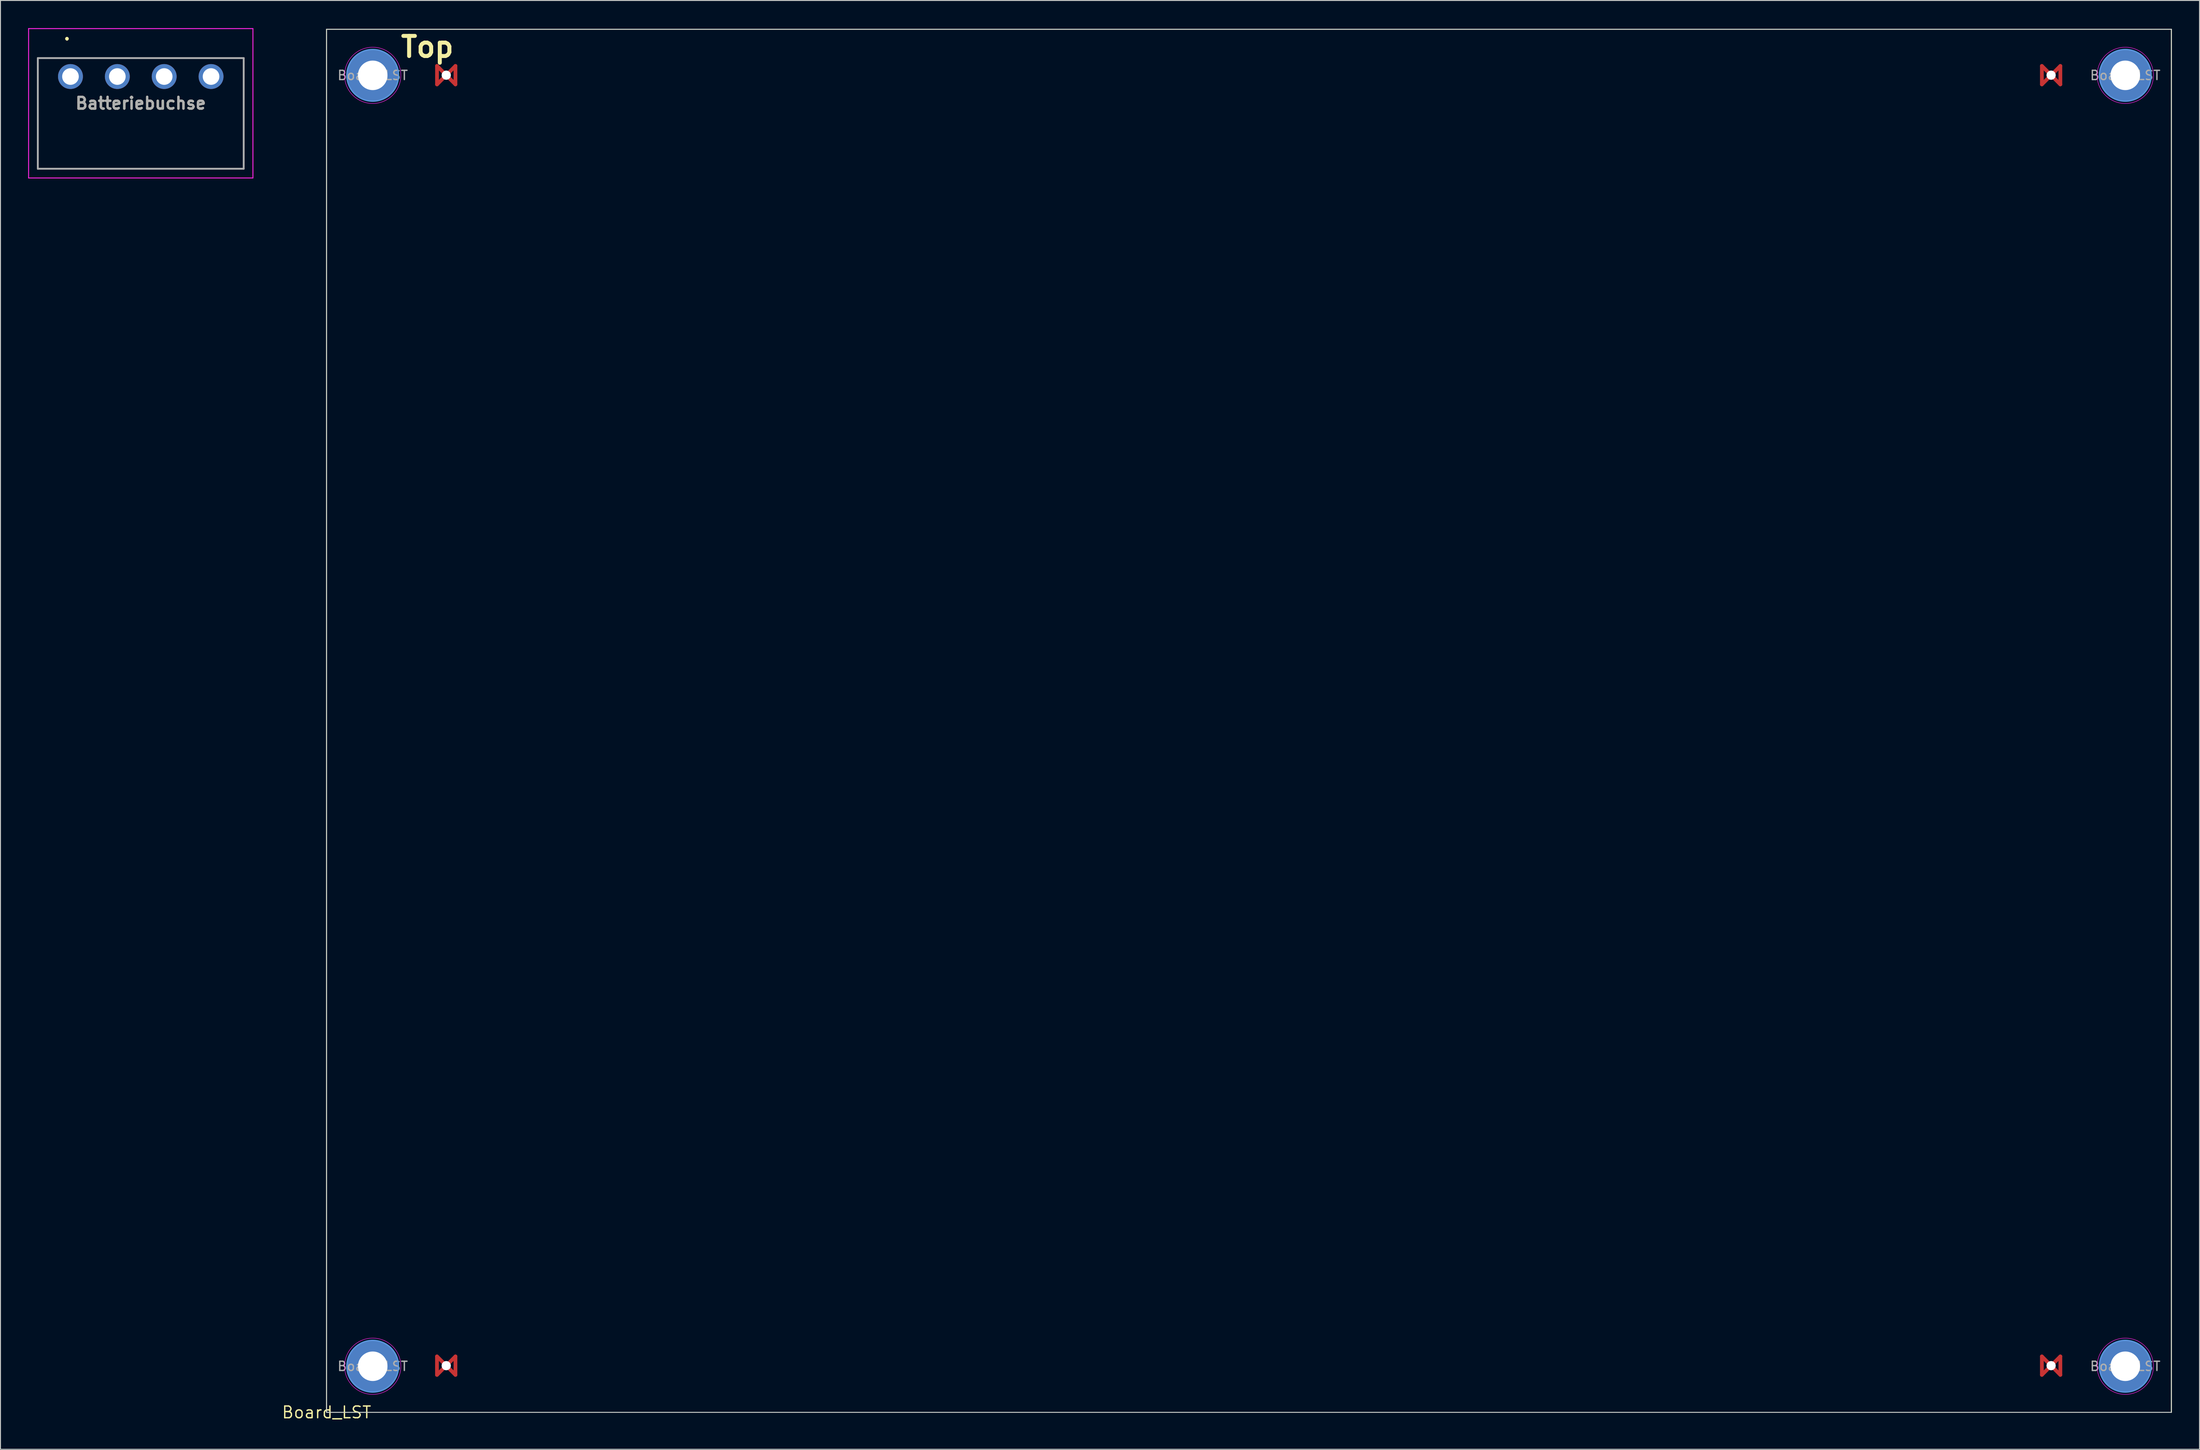
<source format=kicad_pcb>
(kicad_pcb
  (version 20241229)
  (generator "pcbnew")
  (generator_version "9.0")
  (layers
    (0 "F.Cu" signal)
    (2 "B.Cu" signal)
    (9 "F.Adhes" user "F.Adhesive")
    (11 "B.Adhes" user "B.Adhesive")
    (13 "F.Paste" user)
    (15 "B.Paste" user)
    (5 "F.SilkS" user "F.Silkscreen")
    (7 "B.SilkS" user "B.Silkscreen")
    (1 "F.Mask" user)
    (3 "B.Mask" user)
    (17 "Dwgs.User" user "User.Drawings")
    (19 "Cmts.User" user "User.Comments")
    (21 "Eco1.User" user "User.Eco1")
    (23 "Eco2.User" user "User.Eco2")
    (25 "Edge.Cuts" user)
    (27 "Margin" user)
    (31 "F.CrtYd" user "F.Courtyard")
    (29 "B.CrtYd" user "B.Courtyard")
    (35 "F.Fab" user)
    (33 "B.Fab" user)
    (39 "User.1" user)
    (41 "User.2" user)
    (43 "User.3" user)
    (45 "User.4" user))
  (footprint "Board_LST"
    (layer "F.Cu")
    (at 32.356 150.121)
    (property "Reference" "Board_LST" (at 0 0 0) (layer "F.SilkS") (effects (font (size 1.27 1.27) (thickness 0.15))))
    (attr exclude_from_pos_files exclude_from_bom)
    (fp_line (start 11.968 -6.066) (end 11.968 -4.064) (stroke (width 0.406) (type solid)) (layer "F.Cu"))
    (fp_line (start 11.968 -4.064) (end 13.97 -6.066) (stroke (width 0.406) (type solid)) (layer "F.Cu"))
    (fp_line (start 11.971 -146.02) (end 13.97 -144.018) (stroke (width 0.406) (type solid)) (layer "F.Cu"))
    (fp_line (start 11.971 -144.018) (end 11.971 -146.02) (stroke (width 0.406) (type solid)) (layer "F.Cu"))
    (fp_line (start 13.97 -146.02) (end 11.971 -144.018) (stroke (width 0.406) (type solid)) (layer "F.Cu"))
    (fp_line (start 13.97 -144.018) (end 13.97 -146.02) (stroke (width 0.406) (type solid)) (layer "F.Cu"))
    (fp_line (start 13.97 -6.066) (end 13.97 -4.064) (stroke (width 0.406) (type solid)) (layer "F.Cu"))
    (fp_line (start 13.97 -4.064) (end 11.968 -6.066) (stroke (width 0.406) (type solid)) (layer "F.Cu"))
    (fp_line (start 185.958 -146.02) (end 187.96 -144.018) (stroke (width 0.406) (type solid)) (layer "F.Cu"))
    (fp_line (start 185.958 -144.018) (end 185.958 -146.02) (stroke (width 0.406) (type solid)) (layer "F.Cu"))
    (fp_line (start 185.958 -6.066) (end 185.958 -4.064) (stroke (width 0.406) (type solid)) (layer "F.Cu"))
    (fp_line (start 185.958 -4.064) (end 187.96 -6.066) (stroke (width 0.406) (type solid)) (layer "F.Cu"))
    (fp_line (start 187.96 -146.02) (end 185.958 -144.018) (stroke (width 0.406) (type solid)) (layer "F.Cu"))
    (fp_line (start 187.96 -144.018) (end 187.96 -146.02) (stroke (width 0.406) (type solid)) (layer "F.Cu"))
    (fp_line (start 187.96 -6.066) (end 187.96 -4.064) (stroke (width 0.406) (type solid)) (layer "F.Cu"))
    (fp_line (start 187.96 -4.064) (end 185.958 -6.066) (stroke (width 0.406) (type solid)) (layer "F.Cu"))
    (fp_line (start 11.968 -6.066) (end 13.97 -4.064) (stroke (width 0.406) (type solid)) (layer "F.Mask"))
    (fp_line (start 11.968 -4.064) (end 11.968 -6.066) (stroke (width 0.406) (type solid)) (layer "F.Mask"))
    (fp_line (start 11.971 -146.02) (end 13.97 -144.018) (stroke (width 0.406) (type solid)) (layer "F.Mask"))
    (fp_line (start 11.971 -144.018) (end 11.971 -146.02) (stroke (width 0.406) (type solid)) (layer "F.Mask"))
    (fp_line (start 13.97 -146.02) (end 11.971 -144.018) (stroke (width 0.406) (type solid)) (layer "F.Mask"))
    (fp_line (start 13.97 -144.018) (end 13.97 -146.02) (stroke (width 0.406) (type solid)) (layer "F.Mask"))
    (fp_line (start 13.97 -6.066) (end 11.968 -4.064) (stroke (width 0.406) (type solid)) (layer "F.Mask"))
    (fp_line (start 13.97 -4.064) (end 13.97 -6.066) (stroke (width 0.406) (type solid)) (layer "F.Mask"))
    (fp_line (start 185.958 -146.02) (end 187.96 -144.018) (stroke (width 0.406) (type solid)) (layer "F.Mask"))
    (fp_line (start 185.958 -144.018) (end 185.958 -146.02) (stroke (width 0.406) (type solid)) (layer "F.Mask"))
    (fp_line (start 185.958 -6.066) (end 187.96 -4.064) (stroke (width 0.406) (type solid)) (layer "F.Mask"))
    (fp_line (start 185.958 -4.064) (end 185.958 -6.066) (stroke (width 0.406) (type solid)) (layer "F.Mask"))
    (fp_line (start 187.96 -146.02) (end 185.958 -144.018) (stroke (width 0.406) (type solid)) (layer "F.Mask"))
    (fp_line (start 187.96 -144.018) (end 187.96 -146.02) (stroke (width 0.406) (type solid)) (layer "F.Mask"))
    (fp_line (start 187.96 -6.066) (end 185.958 -4.064) (stroke (width 0.406) (type solid)) (layer "F.Mask"))
    (fp_line (start 187.96 -4.064) (end 187.96 -6.066) (stroke (width 0.406) (type solid)) (layer "F.Mask"))
    (fp_line (start 11.968 -6.066) (end 13.97 -4.064) (stroke (width 0.406) (type solid)) (layer "B.Mask"))
    (fp_line (start 11.968 -4.064) (end 11.968 -6.066) (stroke (width 0.406) (type solid)) (layer "B.Mask"))
    (fp_line (start 11.971 -146.02) (end 13.97 -144.018) (stroke (width 0.406) (type solid)) (layer "B.Mask"))
    (fp_line (start 11.971 -144.018) (end 11.971 -146.02) (stroke (width 0.406) (type solid)) (layer "B.Mask"))
    (fp_line (start 13.97 -146.02) (end 11.971 -144.018) (stroke (width 0.406) (type solid)) (layer "B.Mask"))
    (fp_line (start 13.97 -144.018) (end 13.97 -146.02) (stroke (width 0.406) (type solid)) (layer "B.Mask"))
    (fp_line (start 13.97 -6.066) (end 11.968 -4.064) (stroke (width 0.406) (type solid)) (layer "B.Mask"))
    (fp_line (start 13.97 -4.064) (end 13.97 -6.066) (stroke (width 0.406) (type solid)) (layer "B.Mask"))
    (fp_line (start 185.958 -146.02) (end 187.96 -144.018) (stroke (width 0.406) (type solid)) (layer "B.Mask"))
    (fp_line (start 185.958 -144.018) (end 185.958 -146.02) (stroke (width 0.406) (type solid)) (layer "B.Mask"))
    (fp_line (start 185.958 -6.066) (end 187.96 -4.064) (stroke (width 0.406) (type solid)) (layer "B.Mask"))
    (fp_line (start 185.958 -4.064) (end 185.958 -6.066) (stroke (width 0.406) (type solid)) (layer "B.Mask"))
    (fp_line (start 187.96 -146.02) (end 185.958 -144.018) (stroke (width 0.406) (type solid)) (layer "B.Mask"))
    (fp_line (start 187.96 -144.018) (end 187.96 -146.02) (stroke (width 0.406) (type solid)) (layer "B.Mask"))
    (fp_line (start 187.96 -6.066) (end 185.958 -4.064) (stroke (width 0.406) (type solid)) (layer "B.Mask"))
    (fp_line (start 187.96 -4.064) (end 187.96 -6.066) (stroke (width 0.406) (type solid)) (layer "B.Mask"))
    (fp_line (start 0 -150) (end 0 0) (stroke (width 0.1) (type solid)) (layer "F.SilkS"))
    (fp_line (start 200 -150) (end 0 -150) (stroke (width 0.1) (type solid)) (layer "F.SilkS"))
    (fp_line (start 200 0) (end 200 -150) (stroke (width 0.1) (type solid)) (layer "F.SilkS"))
    (fp_line (start 11.968 -6.066) (end 13.97 -4.064) (stroke (width 0.406) (type solid)) (layer "B.Adhes"))
    (fp_line (start 11.968 -4.064) (end 11.968 -6.066) (stroke (width 0.406) (type solid)) (layer "B.Adhes"))
    (fp_line (start 11.971 -146.02) (end 13.97 -144.018) (stroke (width 0.406) (type solid)) (layer "B.Adhes"))
    (fp_line (start 11.971 -144.018) (end 11.971 -146.02) (stroke (width 0.406) (type solid)) (layer "B.Adhes"))
    (fp_line (start 13.97 -146.02) (end 11.971 -144.018) (stroke (width 0.406) (type solid)) (layer "B.Adhes"))
    (fp_line (start 13.97 -144.018) (end 13.97 -146.02) (stroke (width 0.406) (type solid)) (layer "B.Adhes"))
    (fp_line (start 13.97 -6.066) (end 11.968 -4.064) (stroke (width 0.406) (type solid)) (layer "B.Adhes"))
    (fp_line (start 13.97 -4.064) (end 13.97 -6.066) (stroke (width 0.406) (type solid)) (layer "B.Adhes"))
    (fp_line (start 185.958 -146.02) (end 187.96 -144.018) (stroke (width 0.406) (type solid)) (layer "B.Adhes"))
    (fp_line (start 185.958 -144.018) (end 185.958 -146.02) (stroke (width 0.406) (type solid)) (layer "B.Adhes"))
    (fp_line (start 185.958 -6.066) (end 187.96 -4.064) (stroke (width 0.406) (type solid)) (layer "B.Adhes"))
    (fp_line (start 185.958 -4.064) (end 185.958 -6.066) (stroke (width 0.406) (type solid)) (layer "B.Adhes"))
    (fp_line (start 187.96 -146.02) (end 185.958 -144.018) (stroke (width 0.406) (type solid)) (layer "B.Adhes"))
    (fp_line (start 187.96 -144.018) (end 187.96 -146.02) (stroke (width 0.406) (type solid)) (layer "B.Adhes"))
    (fp_line (start 187.96 -6.066) (end 185.958 -4.064) (stroke (width 0.406) (type solid)) (layer "B.Adhes"))
    (fp_line (start 187.96 -4.064) (end 187.96 -6.066) (stroke (width 0.406) (type solid)) (layer "B.Adhes"))
    (fp_circle (center 5 -145) (end 7.8 -145) (stroke (width 0.15) (type solid)) (fill no) (layer "Cmts.User"))
    (fp_circle (center 5 -5) (end 7.8 -5) (stroke (width 0.15) (type solid)) (fill no) (layer "Cmts.User"))
    (fp_circle (center 195 -145) (end 197.8 -145) (stroke (width 0.15) (type solid)) (fill no) (layer "Cmts.User"))
    (fp_circle (center 195 -5) (end 197.8 -5) (stroke (width 0.15) (type solid)) (fill no) (layer "Cmts.User"))
    (fp_line (start 0 -150) (end 0 0) (stroke (width 0.1) (type solid)) (layer "Edge.Cuts"))
    (fp_line (start 0 0) (end 200 0) (stroke (width 0.1) (type solid)) (layer "Edge.Cuts"))
    (fp_line (start 200 -150) (end 0 -150) (stroke (width 0.1) (type solid)) (layer "Edge.Cuts"))
    (fp_line (start 200 0) (end 200 -150) (stroke (width 0.1) (type solid)) (layer "Edge.Cuts"))
    (fp_circle (center 5 -145) (end 8.05 -145) (stroke (width 0.05) (type solid)) (fill no) (layer "F.CrtYd"))
    (fp_circle (center 5 -5) (end 8.05 -5) (stroke (width 0.05) (type solid)) (fill no) (layer "F.CrtYd"))
    (fp_circle (center 195 -145) (end 198.05 -145) (stroke (width 0.05) (type solid)) (fill no) (layer "F.CrtYd"))
    (fp_circle (center 195 -5) (end 198.05 -5) (stroke (width 0.05) (type solid)) (fill no) (layer "F.CrtYd"))
    (fp_text user "Top" (at 10.922 -148.082 0) (layer "F.Mask") (effects (font (size 2.182 2.182) (thickness 0.434))))
    (fp_text user "Bot" (at 15.921 -148.082 0) (layer "B.Mask") (effects (font (size 2.182 2.182) (thickness 0.434)) (justify mirror)))
    (fp_text user "Top" (at 10.922 -148.082 0) (layer "F.SilkS") (effects (font (size 2.182 2.182) (thickness 0.434))))
    (fp_text user "Bot" (at 15.921 -148.082 0) (layer "B.Adhes") (effects (font (size 2.182 2.182) (thickness 0.434)) (justify mirror)))
    (fp_text user "${REFERENCE}" (at 5 -5 0) (layer "F.Fab") (effects (font (size 1 1) (thickness 0.15))))
    (fp_text user "${REFERENCE}" (at 5 -145 0) (layer "F.Fab") (effects (font (size 1 1) (thickness 0.15))))
    (fp_text user "${REFERENCE}" (at 195 -145 0) (layer "F.Fab") (effects (font (size 1 1) (thickness 0.15))))
    (fp_text user "${REFERENCE}" (at 195 -5 0) (layer "F.Fab") (effects (font (size 1 1) (thickness 0.15))))
    (pad "" np_thru_hole circle (at 12.969 -5.065) (size 0.998 0.998) (drill 0.998) (layers "*.Cu" "*.Mask"))
    (pad "" np_thru_hole circle (at 12.971 -145.019) (size 0.998 0.998) (drill 0.998) (layers "*.Cu" "*.Mask"))
    (pad "" np_thru_hole circle (at 186.959 -145.019) (size 0.998 0.998) (drill 0.998) (layers "*.Cu" "*.Mask"))
    (pad "" np_thru_hole circle (at 186.959 -5.065) (size 0.998 0.998) (drill 0.998) (layers "*.Cu" "*.Mask"))
    (pad "1" thru_hole circle (at 5 -145) (size 5.6 5.6) (drill 3.2) (layers "*.Cu" "*.Mask"))
    (pad "1" thru_hole circle (at 5 -5) (size 5.6 5.6) (drill 3.2) (layers "*.Cu" "*.Mask"))
    (pad "1" thru_hole circle (at 195 -145) (size 5.6 5.6) (drill 3.2) (layers "*.Cu" "*.Mask"))
    (pad "1" thru_hole circle (at 195 -5) (size 5.6 5.6) (drill 3.2) (layers "*.Cu" "*.Mask")))
  (footprint "Batteriebuchse"
    (layer "F.Cu")
    (at 4.59 5.25)
    (property "Reference" "Batteriebuchse" (at 7.62 2.9 0) (layer "F.SilkS") (effects (font (size 1.27 1.27) (thickness 0.254))))
    (attr through_hole)
    (fp_line (start -3.54 -2) (end 18.78 -2) (stroke (width 0.1) (type solid)) (layer "F.SilkS"))
    (fp_line (start -3.54 10) (end -3.54 -2) (stroke (width 0.1) (type solid)) (layer "F.SilkS"))
    (fp_line (start -0.38 -4.2) (end -0.38 -4.2) (stroke (width 0.2) (type solid)) (layer "F.SilkS"))
    (fp_line (start -0.38 -4) (end -0.38 -4) (stroke (width 0.2) (type solid)) (layer "F.SilkS"))
    (fp_line (start 18.78 -2) (end 18.78 10) (stroke (width 0.1) (type solid)) (layer "F.SilkS"))
    (fp_line (start 18.78 10) (end -3.54 10) (stroke (width 0.1) (type solid)) (layer "F.SilkS"))
    (fp_arc (start -0.38 -4.2) (mid -0.28 -4.1) (end -0.38 -4) (stroke (width 0.2) (type solid)) (layer "F.SilkS"))
    (fp_arc (start -0.38 -4) (mid -0.48 -4.1) (end -0.38 -4.2) (stroke (width 0.2) (type solid)) (layer "F.SilkS"))
    (fp_line (start -4.54 -5.2) (end 19.78 -5.2) (stroke (width 0.1) (type solid)) (layer "F.CrtYd"))
    (fp_line (start -4.54 11) (end -4.54 -5.2) (stroke (width 0.1) (type solid)) (layer "F.CrtYd"))
    (fp_line (start 19.78 -5.2) (end 19.78 11) (stroke (width 0.1) (type solid)) (layer "F.CrtYd"))
    (fp_line (start 19.78 11) (end -4.54 11) (stroke (width 0.1) (type solid)) (layer "F.CrtYd"))
    (fp_line (start -3.54 -2) (end 18.78 -2) (stroke (width 0.2) (type solid)) (layer "F.Fab"))
    (fp_line (start -3.54 10) (end -3.54 -2) (stroke (width 0.2) (type solid)) (layer "F.Fab"))
    (fp_line (start 18.78 -2) (end 18.78 10) (stroke (width 0.2) (type solid)) (layer "F.Fab"))
    (fp_line (start 18.78 10) (end -3.54 10) (stroke (width 0.2) (type solid)) (layer "F.Fab"))
    (fp_text user "${REFERENCE}" (at 7.62 2.9 0) (layer "F.Fab") (effects (font (size 1.27 1.27) (thickness 0.254))))
    (pad "1" thru_hole circle (at 0 0) (size 2.7 2.7) (drill 1.8) (layers "*.Cu" "*.Mask"))
    (pad "2" thru_hole circle (at 5.08 0) (size 2.7 2.7) (drill 1.8) (layers "*.Cu" "*.Mask"))
    (pad "3" thru_hole circle (at 10.16 0) (size 2.7 2.7) (drill 1.8) (layers "*.Cu" "*.Mask"))
    (pad "4" thru_hole circle (at 15.24 0) (size 2.7 2.7) (drill 1.8) (layers "*.Cu" "*.Mask")))
  (gr_rect
    (start -3 -3)
    (end 235.406 154.127)
    (stroke (width 0.1) (type default))
    (fill no)
    (layer "Edge.Cuts")))
</source>
